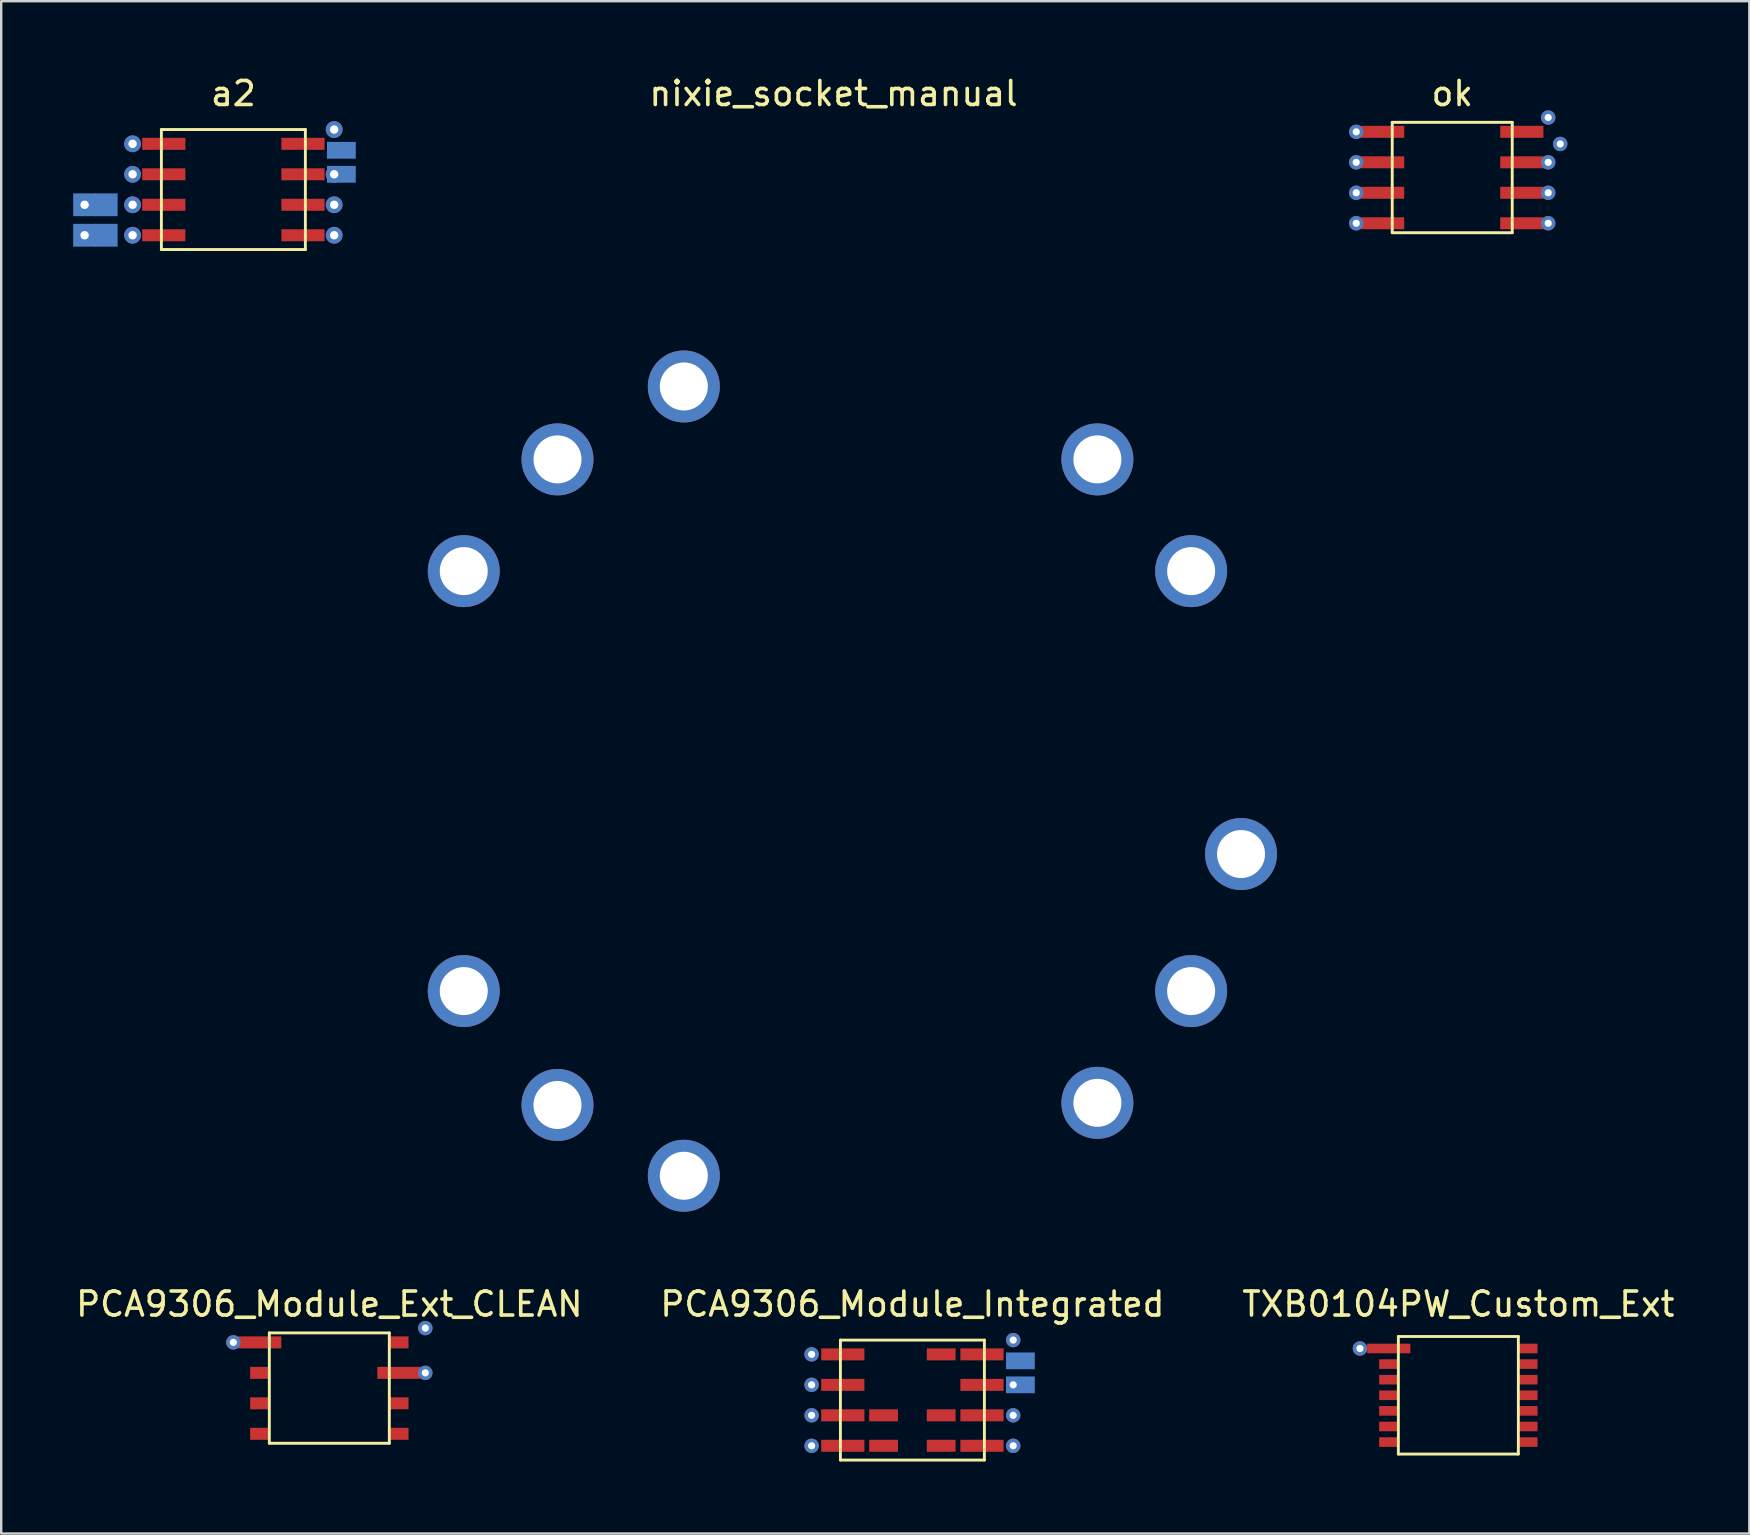
<source format=kicad_pcb>
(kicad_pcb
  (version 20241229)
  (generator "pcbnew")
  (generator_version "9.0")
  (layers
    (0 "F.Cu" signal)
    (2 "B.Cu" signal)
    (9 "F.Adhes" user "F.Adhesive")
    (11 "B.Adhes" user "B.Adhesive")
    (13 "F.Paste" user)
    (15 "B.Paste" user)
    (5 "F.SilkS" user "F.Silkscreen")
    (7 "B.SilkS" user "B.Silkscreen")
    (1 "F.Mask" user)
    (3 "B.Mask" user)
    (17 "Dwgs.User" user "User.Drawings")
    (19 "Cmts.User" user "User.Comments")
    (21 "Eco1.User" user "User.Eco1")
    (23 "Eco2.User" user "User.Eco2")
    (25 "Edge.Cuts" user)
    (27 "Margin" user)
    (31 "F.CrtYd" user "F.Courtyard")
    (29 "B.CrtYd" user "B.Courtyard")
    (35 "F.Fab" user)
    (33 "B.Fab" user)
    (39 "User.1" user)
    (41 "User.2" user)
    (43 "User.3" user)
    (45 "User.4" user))
  (footprint "TXB0104PW_Custom_Ext"
    (layer "F.Cu")
    (at 57.72 55.092)
    (property "Reference" "TXB0104PW_Custom_Ext" (at 0 -3.8 0) (layer "F.SilkS") (effects (font (size 1 1) (thickness 0.15))))
    (attr smd)
    (fp_line (start -2.5 -2.45) (end 2.5 -2.45) (stroke (width 0.12) (type solid)) (layer "F.SilkS"))
    (fp_line (start -2.5 2.45) (end -2.5 -2.45) (stroke (width 0.12) (type solid)) (layer "F.SilkS"))
    (fp_line (start 2.5 -2.45) (end 2.5 2.45) (stroke (width 0.12) (type solid)) (layer "F.SilkS"))
    (fp_line (start 2.5 2.45) (end -2.5 2.45) (stroke (width 0.12) (type solid)) (layer "F.SilkS"))
    (pad "1" smd rect (at -2.9 -1.95) (size 1.8 0.4) (layers "F.Cu" "F.Mask" "F.Paste"))
    (pad "2" smd rect (at -2.9 -1.3) (size 0.8 0.4) (layers "F.Cu" "F.Mask" "F.Paste"))
    (pad "3" smd rect (at -2.9 -0.65) (size 0.8 0.4) (layers "F.Cu" "F.Mask" "F.Paste"))
    (pad "4" smd rect (at -2.9 0) (size 0.8 0.4) (layers "F.Cu" "F.Mask" "F.Paste"))
    (pad "5" smd rect (at -2.9 0.65) (size 0.8 0.4) (layers "F.Cu" "F.Mask" "F.Paste"))
    (pad "6" smd rect (at -2.9 1.3) (size 0.8 0.4) (layers "F.Cu" "F.Mask" "F.Paste"))
    (pad "7" smd rect (at -2.9 1.95) (size 0.8 0.4) (layers "F.Cu" "F.Mask" "F.Paste"))
    (pad "8" smd rect (at 2.9 1.95) (size 0.8 0.4) (layers "F.Cu" "F.Mask" "F.Paste"))
    (pad "9" smd rect (at 2.9 1.3) (size 0.8 0.4) (layers "F.Cu" "F.Mask" "F.Paste"))
    (pad "10" smd rect (at 2.9 0.65) (size 0.8 0.4) (layers "F.Cu" "F.Mask" "F.Paste"))
    (pad "11" smd rect (at 2.9 0) (size 0.8 0.4) (layers "F.Cu" "F.Mask" "F.Paste"))
    (pad "12" smd rect (at 2.9 -0.65) (size 0.8 0.4) (layers "F.Cu" "F.Mask" "F.Paste"))
    (pad "13" smd rect (at 2.9 -1.3) (size 0.8 0.4) (layers "F.Cu" "F.Mask" "F.Paste"))
    (pad "14" smd rect (at 2.9 -1.95) (size 0.8 0.4) (layers "F.Cu" "F.Mask" "F.Paste"))
    (pad "15" thru_hole circle (at -4.1 -1.95) (size 0.6 0.6) (drill 0.3) (layers "*.Cu" "*.Mask")))
  (footprint "a2"
    (layer "F.Cu")
    (at 6.675 4.848)
    (property "Reference" "a2" (at 0 -4 0) (layer "F.SilkS") (effects (font (size 1 1) (thickness 0.15))))
    (attr smd)
    (fp_line (start -3 -2.5) (end 3 -2.5) (stroke (width 0.12) (type solid)) (layer "F.SilkS"))
    (fp_line (start -3 2.5) (end -3 -2.5) (stroke (width 0.12) (type solid)) (layer "F.SilkS"))
    (fp_line (start 3 -2.5) (end 3 2.5) (stroke (width 0.12) (type solid)) (layer "F.SilkS"))
    (fp_line (start 3 2.5) (end -3 2.5) (stroke (width 0.12) (type solid)) (layer "F.SilkS"))
    (pad "1" smd rect (at -2.9 -1.905) (size 1.8 0.5) (layers "F.Cu" "F.Mask" "F.Paste"))
    (pad "2" smd rect (at -2.9 -0.635) (size 1.8 0.5) (layers "F.Cu" "F.Mask" "F.Paste"))
    (pad "3" smd rect (at -2.9 0.635) (size 1.8 0.5) (layers "F.Cu" "F.Mask" "F.Paste"))
    (pad "4" smd rect (at -2.9 1.905) (size 1.8 0.5) (layers "F.Cu" "F.Mask" "F.Paste"))
    (pad "5" smd rect (at 2.9 1.905) (size 1.8 0.5) (layers "F.Cu" "F.Mask" "F.Paste"))
    (pad "6" smd rect (at 2.9 0.635) (size 1.8 0.5) (layers "F.Cu" "F.Mask" "F.Paste"))
    (pad "7" smd rect (at 2.9 -0.635) (size 1.8 0.5) (layers "F.Cu" "F.Mask" "F.Paste"))
    (pad "8" smd rect (at 2.9 -1.905) (size 1.8 0.5) (layers "F.Cu" "F.Mask" "F.Paste"))
    (pad "11" thru_hole circle (at -4.2 -1.905) (size 0.7 0.7) (drill 0.35) (layers "*.Cu" "*.Mask"))
    (pad "12" thru_hole circle (at -4.2 -0.635) (size 0.7 0.7) (drill 0.35) (layers "*.Cu" "*.Mask"))
    (pad "13" thru_hole circle (at -4.2 0.635) (size 0.7 0.7) (drill 0.35) (layers "*.Cu" "*.Mask"))
    (pad "14" thru_hole circle (at -4.2 1.905) (size 0.7 0.7) (drill 0.35) (layers "*.Cu" "*.Mask"))
    (pad "15" thru_hole circle (at 4.2 1.905) (size 0.7 0.7) (drill 0.35) (layers "*.Cu" "*.Mask"))
    (pad "16" thru_hole circle (at 4.2 0.635) (size 0.7 0.7) (drill 0.35) (layers "*.Cu" "*.Mask"))
    (pad "17" thru_hole circle (at 4.2 -0.635) (size 0.7 0.7) (drill 0.35) (layers "*.Cu" "*.Mask"))
    (pad "18" thru_hole circle (at 4.2 -2.5) (size 0.7 0.7) (drill 0.35) (layers "*.Cu" "*.Mask"))
    (pad "19" smd rect (at 4.5 -0.635) (size 1.2 0.7) (layers "B.Cu" "B.Mask"))
    (pad "20" smd rect (at 4.5 -1.635) (size 1.2 0.7) (layers "B.Cu" "B.Mask"))
    (pad "21" smd rect (at -5.3 0.635) (size 0.95 0.95) (layers "B.Cu" "B.Mask"))
    (pad "22" smd rect (at -6.2 0.635) (size 0.95 0.95) (layers "B.Cu" "B.Mask"))
    (pad "23" smd rect (at -5.3 1.905) (size 0.95 0.95) (layers "B.Cu" "B.Mask"))
    (pad "24" smd rect (at -6.2 1.905) (size 0.95 0.95) (layers "B.Cu" "B.Mask"))
    (pad "25" thru_hole circle (at -6.2 0.635) (size 0.7 0.7) (drill 0.35) (layers "*.Cu" "*.Mask"))
    (pad "26" thru_hole circle (at -6.2 1.905) (size 0.7 0.7) (drill 0.35) (layers "*.Cu" "*.Mask")))
  (footprint "PCA9306_Module_Integrated"
    (layer "F.Cu")
    (at 34.97 55.292)
    (property "Reference" "PCA9306_Module_Integrated" (at 0 -4 0) (layer "F.SilkS") (effects (font (size 1 1) (thickness 0.15))))
    (attr smd)
    (fp_line (start -3 -2.5) (end 3 -2.5) (stroke (width 0.12) (type solid)) (layer "F.SilkS"))
    (fp_line (start -3 2.5) (end -3 -2.5) (stroke (width 0.12) (type solid)) (layer "F.SilkS"))
    (fp_line (start 3 -2.5) (end 3 2.5) (stroke (width 0.12) (type solid)) (layer "F.SilkS"))
    (fp_line (start 3 2.5) (end -3 2.5) (stroke (width 0.12) (type solid)) (layer "F.SilkS"))
    (pad "1" smd rect (at -2.9 -1.905) (size 1.8 0.5) (layers "F.Cu" "F.Mask" "F.Paste"))
    (pad "2" smd rect (at -2.9 -0.635) (size 1.8 0.5) (layers "F.Cu" "F.Mask" "F.Paste"))
    (pad "3" smd rect (at -2.9 0.635) (size 1.8 0.5) (layers "F.Cu" "F.Mask" "F.Paste"))
    (pad "4" smd rect (at -2.9 1.905) (size 1.8 0.5) (layers "F.Cu" "F.Mask" "F.Paste"))
    (pad "5" smd rect (at 2.9 1.905) (size 1.8 0.5) (layers "F.Cu" "F.Mask" "F.Paste"))
    (pad "6" smd rect (at 2.9 0.635) (size 1.8 0.5) (layers "F.Cu" "F.Mask" "F.Paste"))
    (pad "7" smd rect (at 2.9 -0.635) (size 1.8 0.5) (layers "F.Cu" "F.Mask" "F.Paste"))
    (pad "8" smd rect (at 2.9 -1.905) (size 1.8 0.5) (layers "F.Cu" "F.Mask" "F.Paste"))
    (pad "9" smd rect (at 4.5 -0.635) (size 1.2 0.7) (layers "B.Cu" "B.Mask"))
    (pad "10" smd rect (at 4.5 -1.635) (size 1.2 0.7) (layers "B.Cu" "B.Mask"))
    (pad "11" thru_hole circle (at -4.2 -1.905) (size 0.6 0.6) (drill 0.3) (layers "*.Cu" "*.Mask"))
    (pad "12" thru_hole circle (at -4.2 -0.635) (size 0.6 0.6) (drill 0.3) (layers "*.Cu" "*.Mask"))
    (pad "13" thru_hole circle (at -4.2 0.635) (size 0.6 0.6) (drill 0.3) (layers "*.Cu" "*.Mask"))
    (pad "14" thru_hole circle (at -4.2 1.905) (size 0.6 0.6) (drill 0.3) (layers "*.Cu" "*.Mask"))
    (pad "15" thru_hole circle (at 4.2 1.905) (size 0.6 0.6) (drill 0.3) (layers "*.Cu" "*.Mask"))
    (pad "16" thru_hole circle (at 4.2 0.635) (size 0.6 0.6) (drill 0.3) (layers "*.Cu" "*.Mask"))
    (pad "17" thru_hole circle (at 4.2 -0.635) (size 0.6 0.6) (drill 0.3) (layers "*.Cu" "*.Mask"))
    (pad "18" thru_hole circle (at 4.2 -2.5) (size 0.6 0.6) (drill 0.3) (layers "*.Cu" "*.Mask"))
    (pad "19" smd rect (at -1.2 0.635) (size 1.2 0.5) (layers "F.Cu" "F.Mask" "F.Paste"))
    (pad "20" smd rect (at -1.2 1.905) (size 1.2 0.5) (layers "F.Cu" "F.Mask" "F.Paste"))
    (pad "21" smd rect (at 1.2 1.905) (size 1.2 0.5) (layers "F.Cu" "F.Mask" "F.Paste"))
    (pad "22" smd rect (at 1.2 0.635) (size 1.2 0.5) (layers "F.Cu" "F.Mask" "F.Paste"))
    (pad "23" smd rect (at 1.2 -1.905) (size 1.2 0.5) (layers "F.Cu" "F.Mask" "F.Paste")))
  (footprint "ok"
    (layer "F.Cu")
    (at 57.465 4.348)
    (property "Reference" "ok" (at 0 -3.5 0) (layer "F.SilkS") (effects (font (size 1 1) (thickness 0.15))))
    (attr smd)
    (fp_line (start -2.5 -2.3) (end 2.5 -2.3) (stroke (width 0.12) (type solid)) (layer "F.SilkS"))
    (fp_line (start -2.5 2.3) (end -2.5 -2.3) (stroke (width 0.12) (type solid)) (layer "F.SilkS"))
    (fp_line (start 2.5 -2.3) (end 2.5 2.3) (stroke (width 0.12) (type solid)) (layer "F.SilkS"))
    (fp_line (start 2.5 2.3) (end -2.5 2.3) (stroke (width 0.12) (type solid)) (layer "F.SilkS"))
    (pad "1" smd rect (at -2.9 -1.905) (size 1.8 0.5) (layers "F.Cu" "F.Mask" "F.Paste"))
    (pad "2" smd rect (at -2.9 -0.635) (size 1.8 0.5) (layers "F.Cu" "F.Mask" "F.Paste"))
    (pad "3" smd rect (at -2.9 0.635) (size 1.8 0.5) (layers "F.Cu" "F.Mask" "F.Paste"))
    (pad "4" smd rect (at -2.9 1.905) (size 1.8 0.5) (layers "F.Cu" "F.Mask" "F.Paste"))
    (pad "5" smd rect (at 2.9 1.905) (size 1.8 0.5) (layers "F.Cu" "F.Mask" "F.Paste"))
    (pad "6" smd rect (at 2.9 0.635) (size 1.8 0.5) (layers "F.Cu" "F.Mask" "F.Paste"))
    (pad "7" smd rect (at 2.9 -0.635) (size 1.8 0.5) (layers "F.Cu" "F.Mask" "F.Paste"))
    (pad "8" smd rect (at 2.9 -1.905) (size 1.8 0.5) (layers "F.Cu" "F.Mask" "F.Paste"))
    (pad "9" thru_hole circle (at -4 -1.905) (size 0.6 0.6) (drill 0.3) (layers "*.Cu" "*.Mask"))
    (pad "10" thru_hole circle (at -4 -0.635) (size 0.6 0.6) (drill 0.3) (layers "*.Cu" "*.Mask"))
    (pad "11" thru_hole circle (at -4 0.635) (size 0.6 0.6) (drill 0.3) (layers "*.Cu" "*.Mask"))
    (pad "12" thru_hole circle (at -4 1.905) (size 0.6 0.6) (drill 0.3) (layers "*.Cu" "*.Mask"))
    (pad "13" thru_hole circle (at 4 1.905) (size 0.6 0.6) (drill 0.3) (layers "*.Cu" "*.Mask"))
    (pad "14" thru_hole circle (at 4 0.635) (size 0.6 0.6) (drill 0.3) (layers "*.Cu" "*.Mask"))
    (pad "15" thru_hole circle (at 4 -0.635) (size 0.6 0.6) (drill 0.3) (layers "*.Cu" "*.Mask"))
    (pad "16" thru_hole circle (at 4 -2.5) (size 0.6 0.6) (drill 0.3) (layers "*.Cu" "*.Mask"))
    (pad "17" thru_hole circle (at 4.5 -1.4) (size 0.6 0.6) (drill 0.3) (layers "*.Cu" "*.Mask")))
  (footprint "nixie_socket_manual"
    (layer "F.Cu")
    (at 31.43 29.499)
    (property "Reference" "nixie_socket_manual" (at 0.254 -28.651 0) (unlocked yes) (layer "F.SilkS") (effects (font (size 1 1) (thickness 0.15))))
    (attr through_hole)
    (pad "0" thru_hole circle (at 11.249 13.406) (size 3 3) (drill 2) (layers "*.Cu" "*.Mask"))
    (pad "1" thru_hole circle (at -15.155 8.75) (size 3 3) (drill 2) (layers "*.Cu" "*.Mask"))
    (pad "2" thru_hole circle (at -5.985 16.445) (size 3 3) (drill 2) (layers "*.Cu" "*.Mask"))
    (pad "3" thru_hole circle (at 15.155 -8.75) (size 3 3) (drill 2) (layers "*.Cu" "*.Mask"))
    (pad "4" thru_hole circle (at -11.249 13.496) (size 3 3) (drill 2) (layers "*.Cu" "*.Mask"))
    (pad "5" thru_hole circle (at -5.985 -16.445) (size 3 3) (drill 2) (layers "*.Cu" "*.Mask"))
    (pad "6" thru_hole circle (at 15.155 8.75) (size 3 3) (drill 2) (layers "*.Cu" "*.Mask"))
    (pad "7" thru_hole circle (at 11.249 -13.406) (size 3 3) (drill 2) (layers "*.Cu" "*.Mask"))
    (pad "8" thru_hole circle (at -15.155 -8.75) (size 3 3) (drill 2) (layers "*.Cu" "*.Mask"))
    (pad "9" thru_hole circle (at -11.249 -13.406) (size 3 3) (drill 2) (layers "*.Cu" "*.Mask"))
    (pad "10" thru_hole circle (at 17.234 3.039) (size 3 3) (drill 2) (layers "*.Cu" "*.Mask")))
  (footprint "PCA9306_Module_Ext_CLEAN"
    (layer "F.Cu")
    (at 10.673 54.792)
    (property "Reference" "PCA9306_Module_Ext_CLEAN" (at 0 -3.5 0) (layer "F.SilkS") (effects (font (size 1 1) (thickness 0.15))))
    (attr smd)
    (fp_line (start -2.5 -2.3) (end 2.5 -2.3) (stroke (width 0.12) (type solid)) (layer "F.SilkS"))
    (fp_line (start -2.5 2.3) (end -2.5 -2.3) (stroke (width 0.12) (type solid)) (layer "F.SilkS"))
    (fp_line (start 2.5 -2.3) (end 2.5 2.3) (stroke (width 0.12) (type solid)) (layer "F.SilkS"))
    (fp_line (start 2.5 2.3) (end -2.5 2.3) (stroke (width 0.12) (type solid)) (layer "F.SilkS"))
    (pad "1" smd rect (at -2.9 -1.905) (size 1.8 0.5) (layers "F.Cu" "F.Mask" "F.Paste"))
    (pad "2" smd rect (at -2.9 -0.635) (size 0.8 0.5) (layers "F.Cu" "F.Mask" "F.Paste"))
    (pad "3" smd rect (at -2.9 0.635) (size 0.8 0.5) (layers "F.Cu" "F.Mask" "F.Paste"))
    (pad "4" smd rect (at -2.9 1.905) (size 0.8 0.5) (layers "F.Cu" "F.Mask" "F.Paste"))
    (pad "5" smd rect (at 2.9 1.905) (size 0.8 0.5) (layers "F.Cu" "F.Mask" "F.Paste"))
    (pad "6" smd rect (at 2.9 0.635) (size 0.8 0.5) (layers "F.Cu" "F.Mask" "F.Paste"))
    (pad "7" smd rect (at 2.9 -0.635) (size 1.8 0.5) (layers "F.Cu" "F.Mask" "F.Paste"))
    (pad "8" smd rect (at 2.9 -1.905) (size 0.8 0.5) (layers "F.Cu" "F.Mask" "F.Paste"))
    (pad "9" thru_hole circle (at -4 -1.905) (size 0.6 0.6) (drill 0.3) (layers "*.Cu" "*.Mask"))
    (pad "10" thru_hole circle (at 4 -0.635) (size 0.6 0.6) (drill 0.3) (layers "*.Cu" "*.Mask"))
    (pad "11" thru_hole circle (at 4 -2.5) (size 0.6 0.6) (drill 0.3) (layers "*.Cu" "*.Mask")))
  (gr_rect
    (start -3 -3)
    (end 69.845 60.852)
    (stroke (width 0.1) (type default))
    (fill no)
    (layer "Edge.Cuts")))
</source>
